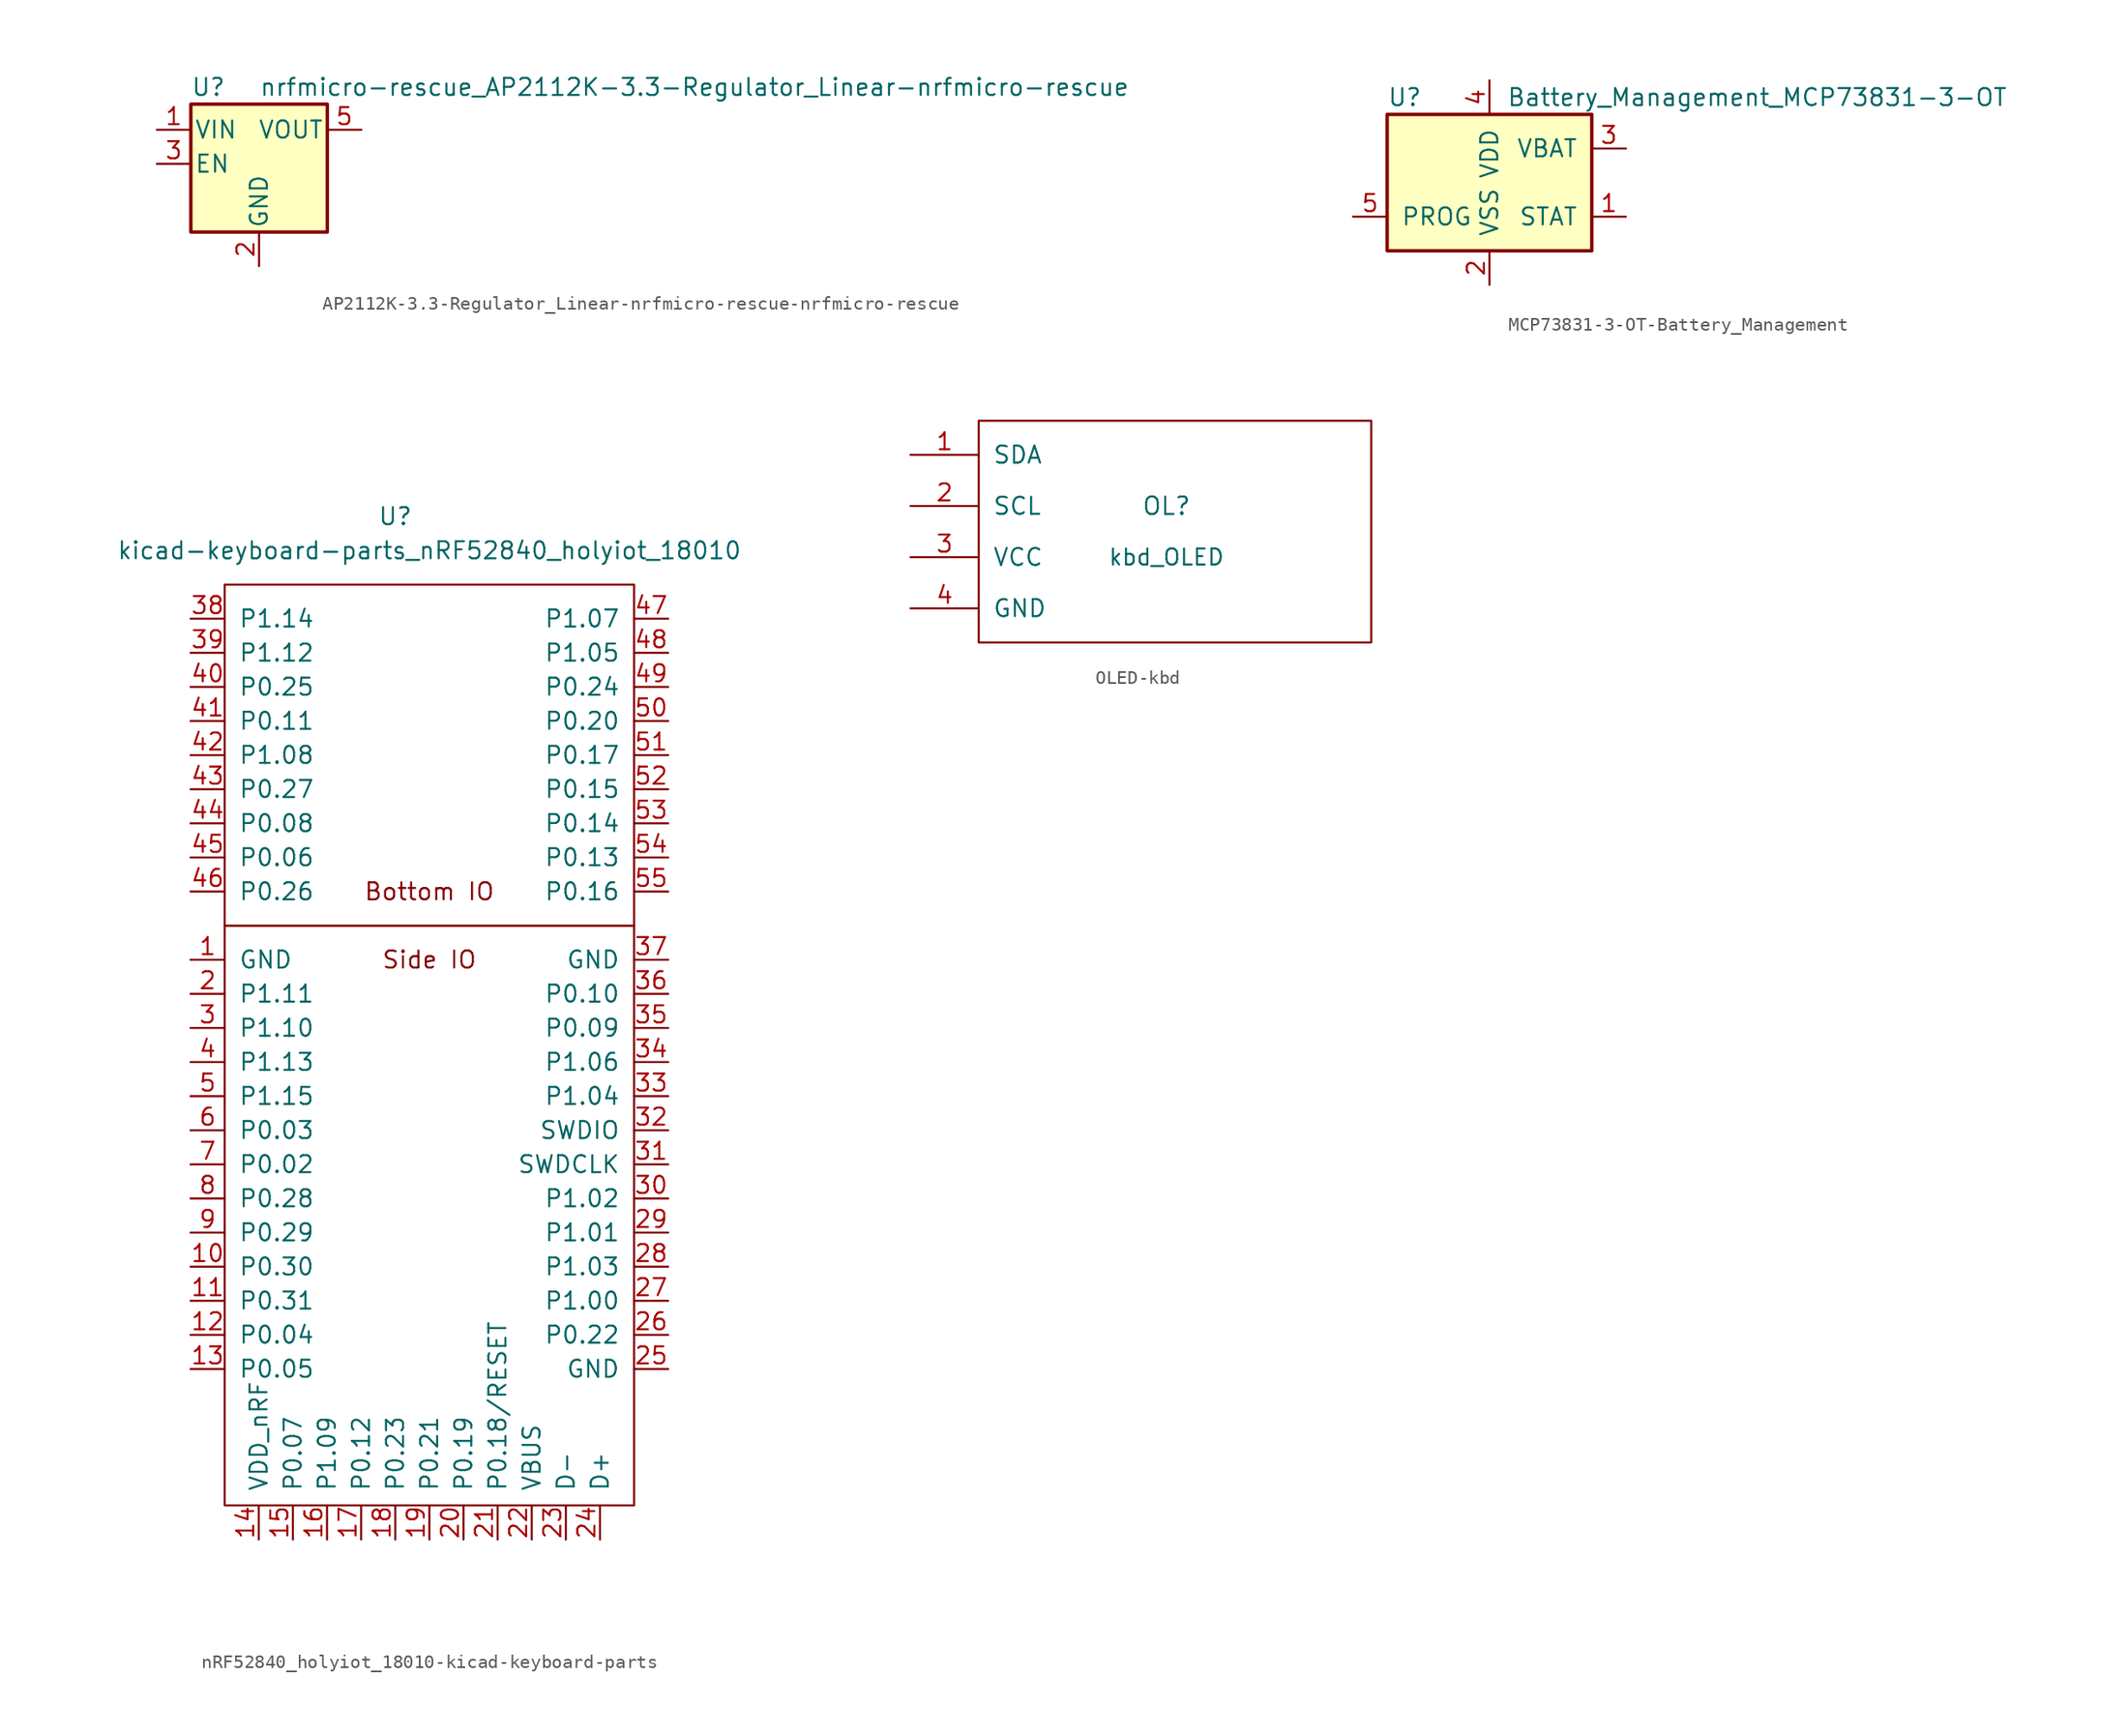
<source format=kicad_sym>
(kicad_symbol_lib
  (version 20231120)
  (generator "kicad_symbol_editor")
  (generator_version "8.0")
  (symbol "AP2112K-3.3-Regulator_Linear-nrfmicro-rescue-nrfmicro-rescue"
    (pin_names
      (offset 0.254))
    (property "Reference" "U"
      (at -5.08 5.715 0)
      (effects (font (size 1.27 1.27)) (justify left)))
    (property "Value" "nrfmicro-rescue_AP2112K-3.3-Regulator_Linear-nrfmicro-rescue"
      (at 0 5.715 0)
      (effects (font (size 1.27 1.27)) (justify left)))
    (symbol "AP2112K-3.3-Regulator_Linear-nrfmicro-rescue-nrfmicro-rescue_0_1"
      (rectangle (start -5.08 4.445) (end 5.08 -5.08) (stroke (width 0.254) (type solid)) (fill (type background))))
    (symbol "AP2112K-3.3-Regulator_Linear-nrfmicro-rescue-nrfmicro-rescue_1_1"
      (pin power_in line (at -7.62 2.54 0) (length 2.54) (name "VIN" (effects (font (size 1.27 1.27)))) (number "1" (effects (font (size 1.27 1.27)))))
      (pin power_in line (at 0 -7.62 90) (length 2.54) (name "GND" (effects (font (size 1.27 1.27)))) (number "2" (effects (font (size 1.27 1.27)))))
      (pin input line (at -7.62 0 0) (length 2.54) (name "EN" (effects (font (size 1.27 1.27)))) (number "3" (effects (font (size 1.27 1.27)))))
      (pin no_connect line (at 7.62 0 180) (length 2.54) hide (name "NC" (effects (font (size 1.27 1.27)))) (number "4" (effects (font (size 1.27 1.27)))))
      (pin power_out line (at 7.62 2.54 180) (length 2.54) (name "VOUT" (effects (font (size 1.27 1.27)))) (number "5" (effects (font (size 1.27 1.27)))))))
  (symbol "MCP73831-3-OT-Battery_Management"
    (pin_names
      (offset 1.016))
    (property "Reference" "U"
      (at -7.62 6.35 0)
      (effects (font (size 1.27 1.27)) (justify left)))
    (property "Value" "Battery_Management_MCP73831-3-OT"
      (at 1.27 6.35 0)
      (effects (font (size 1.27 1.27)) (justify left)))
    (symbol "MCP73831-3-OT-Battery_Management_0_1"
      (rectangle (start -7.62 5.08) (end 7.62 -5.08) (stroke (width 0.254) (type solid)) (fill (type background))))
    (symbol "MCP73831-3-OT-Battery_Management_1_1"
      (pin output line (at 10.16 -2.54 180) (length 2.54) (name "STAT" (effects (font (size 1.27 1.27)))) (number "1" (effects (font (size 1.27 1.27)))))
      (pin power_in line (at 0 -7.62 90) (length 2.54) (name "VSS" (effects (font (size 1.27 1.27)))) (number "2" (effects (font (size 1.27 1.27)))))
      (pin power_out line (at 10.16 2.54 180) (length 2.54) (name "VBAT" (effects (font (size 1.27 1.27)))) (number "3" (effects (font (size 1.27 1.27)))))
      (pin power_in line (at 0 7.62 270) (length 2.54) (name "VDD" (effects (font (size 1.27 1.27)))) (number "4" (effects (font (size 1.27 1.27)))))
      (pin input line (at -10.16 -2.54 0) (length 2.54) (name "PROG" (effects (font (size 1.27 1.27)))) (number "5" (effects (font (size 1.27 1.27)))))))
  (symbol "nRF52840_holyiot_18010-kicad-keyboard-parts"
    (pin_names
      (offset 1.016))
    (property "Reference" "U"
      (at -2.54 39.37 0)
      (effects (font (size 1.27 1.27))))
    (property "Value" "kicad-keyboard-parts_nRF52840_holyiot_18010"
      (at 0 36.83 0)
      (effects (font (size 1.27 1.27))))
    (symbol "nRF52840_holyiot_18010-kicad-keyboard-parts_0_0"
      (rectangle (start -15.24 8.89) (end 15.24 -34.29) (stroke (width 0) (type solid)) (fill (type none)))
      (rectangle (start -15.24 8.89) (end 15.24 34.29) (stroke (width 0) (type solid)) (fill (type none)))
      (text "Bottom IO" (at 0 11.43 0) (effects (font (size 1.27 1.27))))
      (text "Side IO" (at 0 6.35 0) (effects (font (size 1.27 1.27)))))
    (symbol "nRF52840_holyiot_18010-kicad-keyboard-parts_1_1"
      (pin power_in line (at -17.78 6.35 0) (length 2.54) (name "GND" (effects (font (size 1.27 1.27)))) (number "1" (effects (font (size 1.27 1.27)))))
      (pin bidirectional line (at -17.78 -16.51 0) (length 2.54) (name "P0.30" (effects (font (size 1.27 1.27)))) (number "10" (effects (font (size 1.27 1.27)))))
      (pin bidirectional line (at -17.78 -19.05 0) (length 2.54) (name "P0.31" (effects (font (size 1.27 1.27)))) (number "11" (effects (font (size 1.27 1.27)))))
      (pin bidirectional line (at -17.78 -21.59 0) (length 2.54) (name "P0.04" (effects (font (size 1.27 1.27)))) (number "12" (effects (font (size 1.27 1.27)))))
      (pin bidirectional line (at -17.78 -24.13 0) (length 2.54) (name "P0.05" (effects (font (size 1.27 1.27)))) (number "13" (effects (font (size 1.27 1.27)))))
      (pin power_in line (at -12.7 -36.83 90) (length 2.54) (name "VDD_nRF" (effects (font (size 1.27 1.27)))) (number "14" (effects (font (size 1.27 1.27)))))
      (pin bidirectional line (at -10.16 -36.83 90) (length 2.54) (name "P0.07" (effects (font (size 1.27 1.27)))) (number "15" (effects (font (size 1.27 1.27)))))
      (pin bidirectional line (at -7.62 -36.83 90) (length 2.54) (name "P1.09" (effects (font (size 1.27 1.27)))) (number "16" (effects (font (size 1.27 1.27)))))
      (pin bidirectional line (at -5.08 -36.83 90) (length 2.54) (name "P0.12" (effects (font (size 1.27 1.27)))) (number "17" (effects (font (size 1.27 1.27)))))
      (pin bidirectional line (at -2.54 -36.83 90) (length 2.54) (name "P0.23" (effects (font (size 1.27 1.27)))) (number "18" (effects (font (size 1.27 1.27)))))
      (pin bidirectional line (at 0 -36.83 90) (length 2.54) (name "P0.21" (effects (font (size 1.27 1.27)))) (number "19" (effects (font (size 1.27 1.27)))))
      (pin bidirectional line (at -17.78 3.81 0) (length 2.54) (name "P1.11" (effects (font (size 1.27 1.27)))) (number "2" (effects (font (size 1.27 1.27)))))
      (pin bidirectional line (at 2.54 -36.83 90) (length 2.54) (name "P0.19" (effects (font (size 1.27 1.27)))) (number "20" (effects (font (size 1.27 1.27)))))
      (pin input line (at 5.08 -36.83 90) (length 2.54) (name "P0.18/RESET" (effects (font (size 1.27 1.27)))) (number "21" (effects (font (size 1.27 1.27)))))
      (pin power_in line (at 7.62 -36.83 90) (length 2.54) (name "VBUS" (effects (font (size 1.27 1.27)))) (number "22" (effects (font (size 1.27 1.27)))))
      (pin bidirectional line (at 10.16 -36.83 90) (length 2.54) (name "D-" (effects (font (size 1.27 1.27)))) (number "23" (effects (font (size 1.27 1.27)))))
      (pin bidirectional line (at 12.7 -36.83 90) (length 2.54) (name "D+" (effects (font (size 1.27 1.27)))) (number "24" (effects (font (size 1.27 1.27)))))
      (pin power_in line (at 17.78 -24.13 180) (length 2.54) (name "GND" (effects (font (size 1.27 1.27)))) (number "25" (effects (font (size 1.27 1.27)))))
      (pin bidirectional line (at 17.78 -21.59 180) (length 2.54) (name "P0.22" (effects (font (size 1.27 1.27)))) (number "26" (effects (font (size 1.27 1.27)))))
      (pin bidirectional line (at 17.78 -19.05 180) (length 2.54) (name "P1.00" (effects (font (size 1.27 1.27)))) (number "27" (effects (font (size 1.27 1.27)))))
      (pin bidirectional line (at 17.78 -16.51 180) (length 2.54) (name "P1.03" (effects (font (size 1.27 1.27)))) (number "28" (effects (font (size 1.27 1.27)))))
      (pin bidirectional line (at 17.78 -13.97 180) (length 2.54) (name "P1.01" (effects (font (size 1.27 1.27)))) (number "29" (effects (font (size 1.27 1.27)))))
      (pin bidirectional line (at -17.78 1.27 0) (length 2.54) (name "P1.10" (effects (font (size 1.27 1.27)))) (number "3" (effects (font (size 1.27 1.27)))))
      (pin bidirectional line (at 17.78 -11.43 180) (length 2.54) (name "P1.02" (effects (font (size 1.27 1.27)))) (number "30" (effects (font (size 1.27 1.27)))))
      (pin bidirectional line (at 17.78 -8.89 180) (length 2.54) (name "SWDCLK" (effects (font (size 1.27 1.27)))) (number "31" (effects (font (size 1.27 1.27)))))
      (pin bidirectional line (at 17.78 -6.35 180) (length 2.54) (name "SWDIO" (effects (font (size 1.27 1.27)))) (number "32" (effects (font (size 1.27 1.27)))))
      (pin bidirectional line (at 17.78 -3.81 180) (length 2.54) (name "P1.04" (effects (font (size 1.27 1.27)))) (number "33" (effects (font (size 1.27 1.27)))))
      (pin bidirectional line (at 17.78 -1.27 180) (length 2.54) (name "P1.06" (effects (font (size 1.27 1.27)))) (number "34" (effects (font (size 1.27 1.27)))))
      (pin bidirectional line (at 17.78 1.27 180) (length 2.54) (name "P0.09" (effects (font (size 1.27 1.27)))) (number "35" (effects (font (size 1.27 1.27)))))
      (pin bidirectional line (at 17.78 3.81 180) (length 2.54) (name "P0.10" (effects (font (size 1.27 1.27)))) (number "36" (effects (font (size 1.27 1.27)))))
      (pin power_in line (at 17.78 6.35 180) (length 2.54) (name "GND" (effects (font (size 1.27 1.27)))) (number "37" (effects (font (size 1.27 1.27)))))
      (pin bidirectional line (at -17.78 31.75 0) (length 2.54) (name "P1.14" (effects (font (size 1.27 1.27)))) (number "38" (effects (font (size 1.27 1.27)))))
      (pin bidirectional line (at -17.78 29.21 0) (length 2.54) (name "P1.12" (effects (font (size 1.27 1.27)))) (number "39" (effects (font (size 1.27 1.27)))))
      (pin bidirectional line (at -17.78 -1.27 0) (length 2.54) (name "P1.13" (effects (font (size 1.27 1.27)))) (number "4" (effects (font (size 1.27 1.27)))))
      (pin bidirectional line (at -17.78 26.67 0) (length 2.54) (name "P0.25" (effects (font (size 1.27 1.27)))) (number "40" (effects (font (size 1.27 1.27)))))
      (pin bidirectional line (at -17.78 24.13 0) (length 2.54) (name "P0.11" (effects (font (size 1.27 1.27)))) (number "41" (effects (font (size 1.27 1.27)))))
      (pin bidirectional line (at -17.78 21.59 0) (length 2.54) (name "P1.08" (effects (font (size 1.27 1.27)))) (number "42" (effects (font (size 1.27 1.27)))))
      (pin bidirectional line (at -17.78 19.05 0) (length 2.54) (name "P0.27" (effects (font (size 1.27 1.27)))) (number "43" (effects (font (size 1.27 1.27)))))
      (pin bidirectional line (at -17.78 16.51 0) (length 2.54) (name "P0.08" (effects (font (size 1.27 1.27)))) (number "44" (effects (font (size 1.27 1.27)))))
      (pin bidirectional line (at -17.78 13.97 0) (length 2.54) (name "P0.06" (effects (font (size 1.27 1.27)))) (number "45" (effects (font (size 1.27 1.27)))))
      (pin bidirectional line (at -17.78 11.43 0) (length 2.54) (name "P0.26" (effects (font (size 1.27 1.27)))) (number "46" (effects (font (size 1.27 1.27)))))
      (pin bidirectional line (at 17.78 31.75 180) (length 2.54) (name "P1.07" (effects (font (size 1.27 1.27)))) (number "47" (effects (font (size 1.27 1.27)))))
      (pin bidirectional line (at 17.78 29.21 180) (length 2.54) (name "P1.05" (effects (font (size 1.27 1.27)))) (number "48" (effects (font (size 1.27 1.27)))))
      (pin bidirectional line (at 17.78 26.67 180) (length 2.54) (name "P0.24" (effects (font (size 1.27 1.27)))) (number "49" (effects (font (size 1.27 1.27)))))
      (pin bidirectional line (at -17.78 -3.81 0) (length 2.54) (name "P1.15" (effects (font (size 1.27 1.27)))) (number "5" (effects (font (size 1.27 1.27)))))
      (pin bidirectional line (at 17.78 24.13 180) (length 2.54) (name "P0.20" (effects (font (size 1.27 1.27)))) (number "50" (effects (font (size 1.27 1.27)))))
      (pin bidirectional line (at 17.78 21.59 180) (length 2.54) (name "P0.17" (effects (font (size 1.27 1.27)))) (number "51" (effects (font (size 1.27 1.27)))))
      (pin bidirectional line (at 17.78 19.05 180) (length 2.54) (name "P0.15" (effects (font (size 1.27 1.27)))) (number "52" (effects (font (size 1.27 1.27)))))
      (pin bidirectional line (at 17.78 16.51 180) (length 2.54) (name "P0.14" (effects (font (size 1.27 1.27)))) (number "53" (effects (font (size 1.27 1.27)))))
      (pin bidirectional line (at 17.78 13.97 180) (length 2.54) (name "P0.13" (effects (font (size 1.27 1.27)))) (number "54" (effects (font (size 1.27 1.27)))))
      (pin bidirectional line (at 17.78 11.43 180) (length 2.54) (name "P0.16" (effects (font (size 1.27 1.27)))) (number "55" (effects (font (size 1.27 1.27)))))
      (pin bidirectional line (at -17.78 -6.35 0) (length 2.54) (name "P0.03" (effects (font (size 1.27 1.27)))) (number "6" (effects (font (size 1.27 1.27)))))
      (pin bidirectional line (at -17.78 -8.89 0) (length 2.54) (name "P0.02" (effects (font (size 1.27 1.27)))) (number "7" (effects (font (size 1.27 1.27)))))
      (pin bidirectional line (at -17.78 -11.43 0) (length 2.54) (name "P0.28" (effects (font (size 1.27 1.27)))) (number "8" (effects (font (size 1.27 1.27)))))
      (pin bidirectional line (at -17.78 -13.97 0) (length 2.54) (name "P0.29" (effects (font (size 1.27 1.27)))) (number "9" (effects (font (size 1.27 1.27)))))))
  (symbol "OLED-kbd"
    (pin_names
      (offset 1.016))
    (property "Reference" "OL"
      (at 0 2.54 0)
      (effects (font (size 1.295 1.295))))
    (property "Value" "kbd_OLED"
      (at 0 -1.27 0)
      (effects (font (size 1.194 1.194))))
    (symbol "OLED-kbd_0_1"
      (rectangle (start -13.97 8.89) (end 15.24 -7.62) (stroke (width 0) (type solid)) (fill (type none))))
    (symbol "OLED-kbd_1_1"
      (pin bidirectional line (at -19.05 6.35 0) (length 5.08) (name "SDA" (effects (font (size 1.27 1.27)))) (number "1" (effects (font (size 1.27 1.27)))))
      (pin bidirectional line (at -19.05 2.54 0) (length 5.08) (name "SCL" (effects (font (size 1.27 1.27)))) (number "2" (effects (font (size 1.27 1.27)))))
      (pin power_in line (at -19.05 -1.27 0) (length 5.08) (name "VCC" (effects (font (size 1.27 1.27)))) (number "3" (effects (font (size 1.27 1.27)))))
      (pin power_in line (at -19.05 -5.08 0) (length 5.08) (name "GND" (effects (font (size 1.27 1.27)))) (number "4" (effects (font (size 1.27 1.27))))))))
</source>
